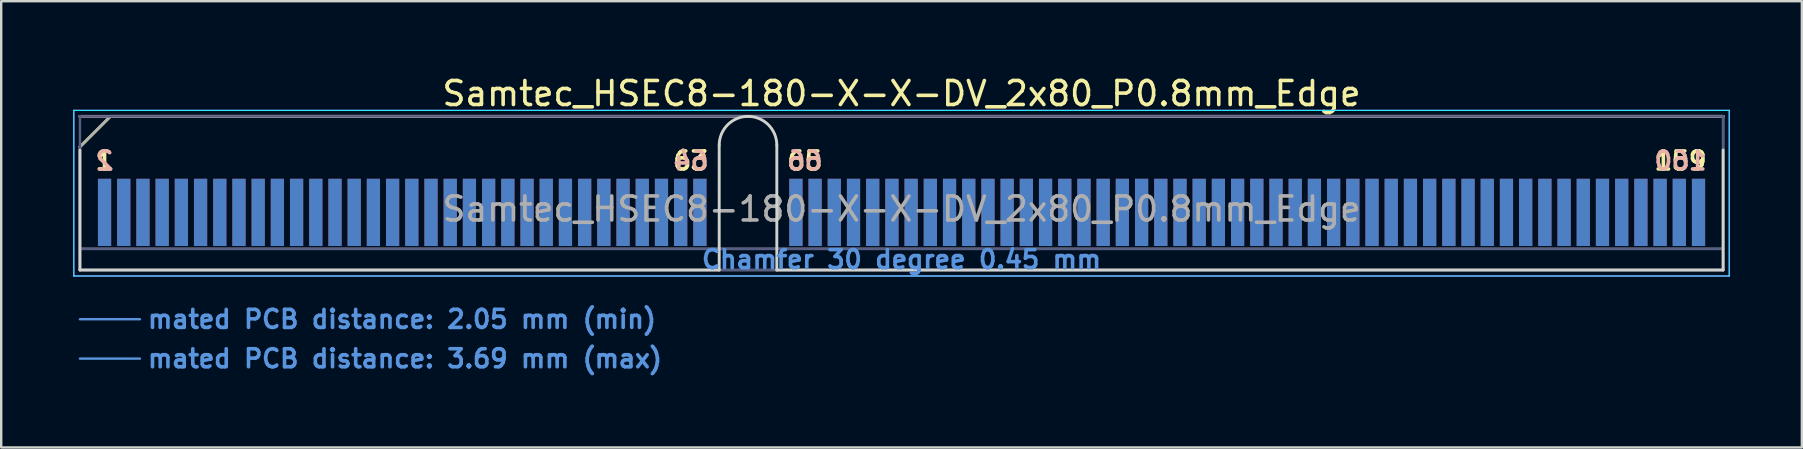
<source format=kicad_pcb>
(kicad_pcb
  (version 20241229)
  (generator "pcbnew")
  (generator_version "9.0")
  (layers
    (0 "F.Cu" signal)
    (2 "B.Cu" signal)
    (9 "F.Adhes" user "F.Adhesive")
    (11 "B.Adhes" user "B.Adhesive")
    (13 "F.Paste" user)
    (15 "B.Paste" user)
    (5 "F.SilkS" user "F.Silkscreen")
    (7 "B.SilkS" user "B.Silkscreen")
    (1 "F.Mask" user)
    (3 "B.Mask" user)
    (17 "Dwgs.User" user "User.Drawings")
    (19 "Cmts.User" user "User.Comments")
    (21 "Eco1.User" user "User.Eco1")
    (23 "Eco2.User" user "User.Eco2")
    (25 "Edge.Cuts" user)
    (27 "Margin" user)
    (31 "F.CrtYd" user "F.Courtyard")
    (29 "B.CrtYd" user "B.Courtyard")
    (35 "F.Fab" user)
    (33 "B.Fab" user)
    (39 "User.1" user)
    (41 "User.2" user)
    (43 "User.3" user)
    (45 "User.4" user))
  (footprint "Samtec_HSEC8-180-X-X-DV_2x80_P0.8mm_Edge"
    (layer "F.Cu")
    (at 34.505 8.198)
    (property "Reference" "Samtec_HSEC8-180-X-X-DV_2x80_P0.8mm_Edge" (at 0 -7.35 0) (layer "F.SilkS") (effects (font (size 1 1) (thickness 0.15))))
    (attr exclude_from_pos_files exclude_from_bom)
    (fp_line (start -34.225 -5.13) (end -32.955 -6.4) (stroke (width 0.12) (type solid)) (layer "F.SilkS"))
    (fp_line (start -32.955 -6.4) (end 34.225 -6.4) (stroke (width 0.12) (type solid)) (layer "F.SilkS"))
    (fp_line (start -34.225 -6.4) (end -34.225 -6.4) (stroke (width 0.12) (type solid)) (layer "B.SilkS"))
    (fp_line (start -34.225 -6.4) (end 34.225 -6.4) (stroke (width 0.12) (type solid)) (layer "B.SilkS"))
    (fp_line (start -34.225 2.05) (end -31.725 2.05) (stroke (width 0.1) (type solid)) (layer "Cmts.User"))
    (fp_line (start -34.225 3.69) (end -31.725 3.69) (stroke (width 0.1) (type solid)) (layer "Cmts.User"))
    (fp_line (start -34.225 -5) (end -34.225 0) (stroke (width 0.12) (type solid)) (layer "Edge.Cuts"))
    (fp_line (start -34.225 0) (end -7.595 0) (stroke (width 0.12) (type solid)) (layer "Edge.Cuts"))
    (fp_line (start -7.595 0) (end -7.595 -5.2) (stroke (width 0.12) (type solid)) (layer "Edge.Cuts"))
    (fp_line (start -5.195 -5.2) (end -5.195 0) (stroke (width 0.12) (type solid)) (layer "Edge.Cuts"))
    (fp_line (start -5.195 0) (end 34.225 0) (stroke (width 0.12) (type solid)) (layer "Edge.Cuts"))
    (fp_line (start 34.225 0) (end 34.225 -5) (stroke (width 0.12) (type solid)) (layer "Edge.Cuts"))
    (fp_arc (start -7.595 -5.2) (mid -6.395 -6.4) (end -5.195 -5.2) (stroke (width 0.12) (type solid)) (layer "Edge.Cuts"))
    (fp_line (start -34.48 -6.65) (end -34.48 0.25) (stroke (width 0.05) (type solid)) (layer "B.CrtYd"))
    (fp_line (start -34.48 0.25) (end 34.48 0.25) (stroke (width 0.05) (type solid)) (layer "B.CrtYd"))
    (fp_line (start 34.48 -6.65) (end -34.48 -6.65) (stroke (width 0.05) (type solid)) (layer "B.CrtYd"))
    (fp_line (start 34.48 0.25) (end 34.48 -6.65) (stroke (width 0.05) (type solid)) (layer "B.CrtYd"))
    (fp_line (start -34.48 -6.65) (end -34.48 0.25) (stroke (width 0.05) (type solid)) (layer "F.CrtYd"))
    (fp_line (start -34.48 0.25) (end 34.48 0.25) (stroke (width 0.05) (type solid)) (layer "F.CrtYd"))
    (fp_line (start 34.48 -6.65) (end -34.48 -6.65) (stroke (width 0.05) (type solid)) (layer "F.CrtYd"))
    (fp_line (start 34.48 0.25) (end 34.48 -6.65) (stroke (width 0.05) (type solid)) (layer "F.CrtYd"))
    (fp_line (start -34.225 -6.4) (end -34.225 -6.4) (stroke (width 0.1) (type solid)) (layer "B.Fab"))
    (fp_line (start -34.225 -6.4) (end -34.225 0) (stroke (width 0.1) (type solid)) (layer "B.Fab"))
    (fp_line (start -34.225 -6.4) (end 34.225 -6.4) (stroke (width 0.1) (type solid)) (layer "B.Fab"))
    (fp_line (start -34.225 -0.88) (end 34.225 -0.88) (stroke (width 0.1) (type solid)) (layer "B.Fab"))
    (fp_line (start -34.225 0) (end 34.225 0) (stroke (width 0.1) (type solid)) (layer "B.Fab"))
    (fp_line (start 34.225 -6.4) (end 34.225 0) (stroke (width 0.1) (type solid)) (layer "B.Fab"))
    (fp_line (start -34.225 -5.13) (end -34.225 0) (stroke (width 0.1) (type solid)) (layer "F.Fab"))
    (fp_line (start -34.225 -5.13) (end -32.955 -6.4) (stroke (width 0.1) (type solid)) (layer "F.Fab"))
    (fp_line (start -34.225 -0.88) (end 34.225 -0.88) (stroke (width 0.1) (type solid)) (layer "F.Fab"))
    (fp_line (start -34.225 0) (end 34.225 0) (stroke (width 0.1) (type solid)) (layer "F.Fab"))
    (fp_line (start -32.955 -6.4) (end 34.225 -6.4) (stroke (width 0.1) (type solid)) (layer "F.Fab"))
    (fp_line (start 34.225 -6.4) (end 34.225 0) (stroke (width 0.1) (type solid)) (layer "F.Fab"))
    (fp_text user "159" (at 32.45 -4.55 0) (layer "F.SilkS") (effects (font (size 0.75 0.75) (thickness 0.15))))
    (fp_text user "1" (at -33.2 -4.55 0) (layer "F.SilkS") (effects (font (size 0.75 0.75) (thickness 0.15))))
    (fp_text user "63" (at -8.775 -4.55 0) (layer "F.SilkS") (effects (font (size 0.75 0.75) (thickness 0.15))))
    (fp_text user "65" (at -4.025 -4.55 0) (layer "F.SilkS") (effects (font (size 0.75 0.75) (thickness 0.15))))
    (fp_text user "66" (at -4.025 -4.55 0) (layer "B.SilkS") (effects (font (size 0.75 0.75) (thickness 0.15)) (justify mirror)))
    (fp_text user "160" (at 32.45 -4.55 0) (layer "B.SilkS") (effects (font (size 0.75 0.75) (thickness 0.15)) (justify mirror)))
    (fp_text user "64" (at -8.775 -4.55 0) (layer "B.SilkS") (effects (font (size 0.75 0.75) (thickness 0.15)) (justify mirror)))
    (fp_text user "2" (at -33.2 -4.55 0) (layer "B.SilkS") (effects (font (size 0.75 0.75) (thickness 0.15)) (justify mirror)))
    (fp_text user "Chamfer 30 degree 0.45 mm" (at 0 -0.44 0) (layer "Cmts.User") (effects (font (size 0.75 0.75) (thickness 0.15))))
    (fp_text user "mated PCB distance: 2.05 mm (min)" (at -31.48 2.05 0) (layer "Cmts.User") (effects (font (size 0.75 0.75) (thickness 0.15)) (justify left)))
    (fp_text user "mated PCB distance: 3.69 mm (max)" (at -31.48 3.69 0) (layer "Cmts.User") (effects (font (size 0.75 0.75) (thickness 0.15)) (justify left)))
    (fp_text user "${REFERENCE}" (at 0 -2.54 0) (layer "F.Fab") (effects (font (size 1 1) (thickness 0.15))))
    (pad "1" connect rect (at -33.2 -2.4) (size 0.55 2.8) (layers "F.Cu" "F.Mask"))
    (pad "2" connect rect (at -33.2 -2.4) (size 0.55 2.8) (layers "B.Cu" "B.Mask"))
    (pad "3" connect rect (at -32.4 -2.4) (size 0.55 2.8) (layers "F.Cu" "F.Mask"))
    (pad "4" connect rect (at -32.4 -2.4) (size 0.55 2.8) (layers "B.Cu" "B.Mask"))
    (pad "5" connect rect (at -31.6 -2.4) (size 0.55 2.8) (layers "F.Cu" "F.Mask"))
    (pad "6" connect rect (at -31.6 -2.4) (size 0.55 2.8) (layers "B.Cu" "B.Mask"))
    (pad "7" connect rect (at -30.8 -2.4) (size 0.55 2.8) (layers "F.Cu" "F.Mask"))
    (pad "8" connect rect (at -30.8 -2.4) (size 0.55 2.8) (layers "B.Cu" "B.Mask"))
    (pad "9" connect rect (at -30 -2.4) (size 0.55 2.8) (layers "F.Cu" "F.Mask"))
    (pad "10" connect rect (at -30 -2.4) (size 0.55 2.8) (layers "B.Cu" "B.Mask"))
    (pad "11" connect rect (at -29.2 -2.4) (size 0.55 2.8) (layers "F.Cu" "F.Mask"))
    (pad "12" connect rect (at -29.2 -2.4) (size 0.55 2.8) (layers "B.Cu" "B.Mask"))
    (pad "13" connect rect (at -28.4 -2.4) (size 0.55 2.8) (layers "F.Cu" "F.Mask"))
    (pad "14" connect rect (at -28.4 -2.4) (size 0.55 2.8) (layers "B.Cu" "B.Mask"))
    (pad "15" connect rect (at -27.6 -2.4) (size 0.55 2.8) (layers "F.Cu" "F.Mask"))
    (pad "16" connect rect (at -27.6 -2.4) (size 0.55 2.8) (layers "B.Cu" "B.Mask"))
    (pad "17" connect rect (at -26.8 -2.4) (size 0.55 2.8) (layers "F.Cu" "F.Mask"))
    (pad "18" connect rect (at -26.8 -2.4) (size 0.55 2.8) (layers "B.Cu" "B.Mask"))
    (pad "19" connect rect (at -26 -2.4) (size 0.55 2.8) (layers "F.Cu" "F.Mask"))
    (pad "20" connect rect (at -26 -2.4) (size 0.55 2.8) (layers "B.Cu" "B.Mask"))
    (pad "21" connect rect (at -25.2 -2.4) (size 0.55 2.8) (layers "F.Cu" "F.Mask"))
    (pad "22" connect rect (at -25.2 -2.4) (size 0.55 2.8) (layers "B.Cu" "B.Mask"))
    (pad "23" connect rect (at -24.4 -2.4) (size 0.55 2.8) (layers "F.Cu" "F.Mask"))
    (pad "24" connect rect (at -24.4 -2.4) (size 0.55 2.8) (layers "B.Cu" "B.Mask"))
    (pad "25" connect rect (at -23.6 -2.4) (size 0.55 2.8) (layers "F.Cu" "F.Mask"))
    (pad "26" connect rect (at -23.6 -2.4) (size 0.55 2.8) (layers "B.Cu" "B.Mask"))
    (pad "27" connect rect (at -22.8 -2.4) (size 0.55 2.8) (layers "F.Cu" "F.Mask"))
    (pad "28" connect rect (at -22.8 -2.4) (size 0.55 2.8) (layers "B.Cu" "B.Mask"))
    (pad "29" connect rect (at -22 -2.4) (size 0.55 2.8) (layers "F.Cu" "F.Mask"))
    (pad "30" connect rect (at -22 -2.4) (size 0.55 2.8) (layers "B.Cu" "B.Mask"))
    (pad "31" connect rect (at -21.2 -2.4) (size 0.55 2.8) (layers "F.Cu" "F.Mask"))
    (pad "32" connect rect (at -21.2 -2.4) (size 0.55 2.8) (layers "B.Cu" "B.Mask"))
    (pad "33" connect rect (at -20.4 -2.4) (size 0.55 2.8) (layers "F.Cu" "F.Mask"))
    (pad "34" connect rect (at -20.4 -2.4) (size 0.55 2.8) (layers "B.Cu" "B.Mask"))
    (pad "35" connect rect (at -19.6 -2.4) (size 0.55 2.8) (layers "F.Cu" "F.Mask"))
    (pad "36" connect rect (at -19.6 -2.4) (size 0.55 2.8) (layers "B.Cu" "B.Mask"))
    (pad "37" connect rect (at -18.8 -2.4) (size 0.55 2.8) (layers "F.Cu" "F.Mask"))
    (pad "38" connect rect (at -18.8 -2.4) (size 0.55 2.8) (layers "B.Cu" "B.Mask"))
    (pad "39" connect rect (at -18 -2.4) (size 0.55 2.8) (layers "F.Cu" "F.Mask"))
    (pad "40" connect rect (at -18 -2.4) (size 0.55 2.8) (layers "B.Cu" "B.Mask"))
    (pad "41" connect rect (at -17.2 -2.4) (size 0.55 2.8) (layers "F.Cu" "F.Mask"))
    (pad "42" connect rect (at -17.2 -2.4) (size 0.55 2.8) (layers "B.Cu" "B.Mask"))
    (pad "43" connect rect (at -16.4 -2.4) (size 0.55 2.8) (layers "F.Cu" "F.Mask"))
    (pad "44" connect rect (at -16.4 -2.4) (size 0.55 2.8) (layers "B.Cu" "B.Mask"))
    (pad "45" connect rect (at -15.6 -2.4) (size 0.55 2.8) (layers "F.Cu" "F.Mask"))
    (pad "46" connect rect (at -15.6 -2.4) (size 0.55 2.8) (layers "B.Cu" "B.Mask"))
    (pad "47" connect rect (at -14.8 -2.4) (size 0.55 2.8) (layers "F.Cu" "F.Mask"))
    (pad "48" connect rect (at -14.8 -2.4) (size 0.55 2.8) (layers "B.Cu" "B.Mask"))
    (pad "49" connect rect (at -14 -2.4) (size 0.55 2.8) (layers "F.Cu" "F.Mask"))
    (pad "50" connect rect (at -14 -2.4) (size 0.55 2.8) (layers "B.Cu" "B.Mask"))
    (pad "51" connect rect (at -13.2 -2.4) (size 0.55 2.8) (layers "F.Cu" "F.Mask"))
    (pad "52" connect rect (at -13.2 -2.4) (size 0.55 2.8) (layers "B.Cu" "B.Mask"))
    (pad "53" connect rect (at -12.4 -2.4) (size 0.55 2.8) (layers "F.Cu" "F.Mask"))
    (pad "54" connect rect (at -12.4 -2.4) (size 0.55 2.8) (layers "B.Cu" "B.Mask"))
    (pad "55" connect rect (at -11.6 -2.4) (size 0.55 2.8) (layers "F.Cu" "F.Mask"))
    (pad "56" connect rect (at -11.6 -2.4) (size 0.55 2.8) (layers "B.Cu" "B.Mask"))
    (pad "57" connect rect (at -10.8 -2.4) (size 0.55 2.8) (layers "F.Cu" "F.Mask"))
    (pad "58" connect rect (at -10.8 -2.4) (size 0.55 2.8) (layers "B.Cu" "B.Mask"))
    (pad "59" connect rect (at -10 -2.4) (size 0.55 2.8) (layers "F.Cu" "F.Mask"))
    (pad "60" connect rect (at -10 -2.4) (size 0.55 2.8) (layers "B.Cu" "B.Mask"))
    (pad "61" connect rect (at -9.2 -2.4) (size 0.55 2.8) (layers "F.Cu" "F.Mask"))
    (pad "62" connect rect (at -9.2 -2.4) (size 0.55 2.8) (layers "B.Cu" "B.Mask"))
    (pad "63" connect rect (at -8.4 -2.4) (size 0.55 2.8) (layers "F.Cu" "F.Mask"))
    (pad "64" connect rect (at -8.4 -2.4) (size 0.55 2.8) (layers "B.Cu" "B.Mask"))
    (pad "65" connect rect (at -4.4 -2.4) (size 0.55 2.8) (layers "F.Cu" "F.Mask"))
    (pad "66" connect rect (at -4.4 -2.4) (size 0.55 2.8) (layers "B.Cu" "B.Mask"))
    (pad "67" connect rect (at -3.6 -2.4) (size 0.55 2.8) (layers "F.Cu" "F.Mask"))
    (pad "68" connect rect (at -3.6 -2.4) (size 0.55 2.8) (layers "B.Cu" "B.Mask"))
    (pad "69" connect rect (at -2.8 -2.4) (size 0.55 2.8) (layers "F.Cu" "F.Mask"))
    (pad "70" connect rect (at -2.8 -2.4) (size 0.55 2.8) (layers "B.Cu" "B.Mask"))
    (pad "71" connect rect (at -2 -2.4) (size 0.55 2.8) (layers "F.Cu" "F.Mask"))
    (pad "72" connect rect (at -2 -2.4) (size 0.55 2.8) (layers "B.Cu" "B.Mask"))
    (pad "73" connect rect (at -1.2 -2.4) (size 0.55 2.8) (layers "F.Cu" "F.Mask"))
    (pad "74" connect rect (at -1.2 -2.4) (size 0.55 2.8) (layers "B.Cu" "B.Mask"))
    (pad "75" connect rect (at -0.4 -2.4) (size 0.55 2.8) (layers "F.Cu" "F.Mask"))
    (pad "76" connect rect (at -0.4 -2.4) (size 0.55 2.8) (layers "B.Cu" "B.Mask"))
    (pad "77" connect rect (at 0.4 -2.4) (size 0.55 2.8) (layers "F.Cu" "F.Mask"))
    (pad "78" connect rect (at 0.4 -2.4) (size 0.55 2.8) (layers "B.Cu" "B.Mask"))
    (pad "79" connect rect (at 1.2 -2.4) (size 0.55 2.8) (layers "F.Cu" "F.Mask"))
    (pad "80" connect rect (at 1.2 -2.4) (size 0.55 2.8) (layers "B.Cu" "B.Mask"))
    (pad "81" connect rect (at 2 -2.4) (size 0.55 2.8) (layers "F.Cu" "F.Mask"))
    (pad "82" connect rect (at 2 -2.4) (size 0.55 2.8) (layers "B.Cu" "B.Mask"))
    (pad "83" connect rect (at 2.8 -2.4) (size 0.55 2.8) (layers "F.Cu" "F.Mask"))
    (pad "84" connect rect (at 2.8 -2.4) (size 0.55 2.8) (layers "B.Cu" "B.Mask"))
    (pad "85" connect rect (at 3.6 -2.4) (size 0.55 2.8) (layers "F.Cu" "F.Mask"))
    (pad "86" connect rect (at 3.6 -2.4) (size 0.55 2.8) (layers "B.Cu" "B.Mask"))
    (pad "87" connect rect (at 4.4 -2.4) (size 0.55 2.8) (layers "F.Cu" "F.Mask"))
    (pad "88" connect rect (at 4.4 -2.4) (size 0.55 2.8) (layers "B.Cu" "B.Mask"))
    (pad "89" connect rect (at 5.2 -2.4) (size 0.55 2.8) (layers "F.Cu" "F.Mask"))
    (pad "90" connect rect (at 5.2 -2.4) (size 0.55 2.8) (layers "B.Cu" "B.Mask"))
    (pad "91" connect rect (at 6 -2.4) (size 0.55 2.8) (layers "F.Cu" "F.Mask"))
    (pad "92" connect rect (at 6 -2.4) (size 0.55 2.8) (layers "B.Cu" "B.Mask"))
    (pad "93" connect rect (at 6.8 -2.4) (size 0.55 2.8) (layers "F.Cu" "F.Mask"))
    (pad "94" connect rect (at 6.8 -2.4) (size 0.55 2.8) (layers "B.Cu" "B.Mask"))
    (pad "95" connect rect (at 7.6 -2.4) (size 0.55 2.8) (layers "F.Cu" "F.Mask"))
    (pad "96" connect rect (at 7.6 -2.4) (size 0.55 2.8) (layers "B.Cu" "B.Mask"))
    (pad "97" connect rect (at 8.4 -2.4) (size 0.55 2.8) (layers "F.Cu" "F.Mask"))
    (pad "98" connect rect (at 8.4 -2.4) (size 0.55 2.8) (layers "B.Cu" "B.Mask"))
    (pad "99" connect rect (at 9.2 -2.4) (size 0.55 2.8) (layers "F.Cu" "F.Mask"))
    (pad "100" connect rect (at 9.2 -2.4) (size 0.55 2.8) (layers "B.Cu" "B.Mask"))
    (pad "101" connect rect (at 10 -2.4) (size 0.55 2.8) (layers "F.Cu" "F.Mask"))
    (pad "102" connect rect (at 10 -2.4) (size 0.55 2.8) (layers "B.Cu" "B.Mask"))
    (pad "103" connect rect (at 10.8 -2.4) (size 0.55 2.8) (layers "F.Cu" "F.Mask"))
    (pad "104" connect rect (at 10.8 -2.4) (size 0.55 2.8) (layers "B.Cu" "B.Mask"))
    (pad "105" connect rect (at 11.6 -2.4) (size 0.55 2.8) (layers "F.Cu" "F.Mask"))
    (pad "106" connect rect (at 11.6 -2.4) (size 0.55 2.8) (layers "B.Cu" "B.Mask"))
    (pad "107" connect rect (at 12.4 -2.4) (size 0.55 2.8) (layers "F.Cu" "F.Mask"))
    (pad "108" connect rect (at 12.4 -2.4) (size 0.55 2.8) (layers "B.Cu" "B.Mask"))
    (pad "109" connect rect (at 13.2 -2.4) (size 0.55 2.8) (layers "F.Cu" "F.Mask"))
    (pad "110" connect rect (at 13.2 -2.4) (size 0.55 2.8) (layers "B.Cu" "B.Mask"))
    (pad "111" connect rect (at 14 -2.4) (size 0.55 2.8) (layers "F.Cu" "F.Mask"))
    (pad "112" connect rect (at 14 -2.4) (size 0.55 2.8) (layers "B.Cu" "B.Mask"))
    (pad "113" connect rect (at 14.8 -2.4) (size 0.55 2.8) (layers "F.Cu" "F.Mask"))
    (pad "114" connect rect (at 14.8 -2.4) (size 0.55 2.8) (layers "B.Cu" "B.Mask"))
    (pad "115" connect rect (at 15.6 -2.4) (size 0.55 2.8) (layers "F.Cu" "F.Mask"))
    (pad "116" connect rect (at 15.6 -2.4) (size 0.55 2.8) (layers "B.Cu" "B.Mask"))
    (pad "117" connect rect (at 16.4 -2.4) (size 0.55 2.8) (layers "F.Cu" "F.Mask"))
    (pad "118" connect rect (at 16.4 -2.4) (size 0.55 2.8) (layers "B.Cu" "B.Mask"))
    (pad "119" connect rect (at 17.2 -2.4) (size 0.55 2.8) (layers "F.Cu" "F.Mask"))
    (pad "120" connect rect (at 17.2 -2.4) (size 0.55 2.8) (layers "B.Cu" "B.Mask"))
    (pad "121" connect rect (at 18 -2.4) (size 0.55 2.8) (layers "F.Cu" "F.Mask"))
    (pad "122" connect rect (at 18 -2.4) (size 0.55 2.8) (layers "B.Cu" "B.Mask"))
    (pad "123" connect rect (at 18.8 -2.4) (size 0.55 2.8) (layers "F.Cu" "F.Mask"))
    (pad "124" connect rect (at 18.8 -2.4) (size 0.55 2.8) (layers "B.Cu" "B.Mask"))
    (pad "125" connect rect (at 19.6 -2.4) (size 0.55 2.8) (layers "F.Cu" "F.Mask"))
    (pad "126" connect rect (at 19.6 -2.4) (size 0.55 2.8) (layers "B.Cu" "B.Mask"))
    (pad "127" connect rect (at 20.4 -2.4) (size 0.55 2.8) (layers "F.Cu" "F.Mask"))
    (pad "128" connect rect (at 20.4 -2.4) (size 0.55 2.8) (layers "B.Cu" "B.Mask"))
    (pad "129" connect rect (at 21.2 -2.4) (size 0.55 2.8) (layers "F.Cu" "F.Mask"))
    (pad "130" connect rect (at 21.2 -2.4) (size 0.55 2.8) (layers "B.Cu" "B.Mask"))
    (pad "131" connect rect (at 22 -2.4) (size 0.55 2.8) (layers "F.Cu" "F.Mask"))
    (pad "132" connect rect (at 22 -2.4) (size 0.55 2.8) (layers "B.Cu" "B.Mask"))
    (pad "133" connect rect (at 22.8 -2.4) (size 0.55 2.8) (layers "F.Cu" "F.Mask"))
    (pad "134" connect rect (at 22.8 -2.4) (size 0.55 2.8) (layers "B.Cu" "B.Mask"))
    (pad "135" connect rect (at 23.6 -2.4) (size 0.55 2.8) (layers "F.Cu" "F.Mask"))
    (pad "136" connect rect (at 23.6 -2.4) (size 0.55 2.8) (layers "B.Cu" "B.Mask"))
    (pad "137" connect rect (at 24.4 -2.4) (size 0.55 2.8) (layers "F.Cu" "F.Mask"))
    (pad "138" connect rect (at 24.4 -2.4) (size 0.55 2.8) (layers "B.Cu" "B.Mask"))
    (pad "139" connect rect (at 25.2 -2.4) (size 0.55 2.8) (layers "F.Cu" "F.Mask"))
    (pad "140" connect rect (at 25.2 -2.4) (size 0.55 2.8) (layers "B.Cu" "B.Mask"))
    (pad "141" connect rect (at 26 -2.4) (size 0.55 2.8) (layers "F.Cu" "F.Mask"))
    (pad "142" connect rect (at 26 -2.4) (size 0.55 2.8) (layers "B.Cu" "B.Mask"))
    (pad "143" connect rect (at 26.8 -2.4) (size 0.55 2.8) (layers "F.Cu" "F.Mask"))
    (pad "144" connect rect (at 26.8 -2.4) (size 0.55 2.8) (layers "B.Cu" "B.Mask"))
    (pad "145" connect rect (at 27.6 -2.4) (size 0.55 2.8) (layers "F.Cu" "F.Mask"))
    (pad "146" connect rect (at 27.6 -2.4) (size 0.55 2.8) (layers "B.Cu" "B.Mask"))
    (pad "147" connect rect (at 28.4 -2.4) (size 0.55 2.8) (layers "F.Cu" "F.Mask"))
    (pad "148" connect rect (at 28.4 -2.4) (size 0.55 2.8) (layers "B.Cu" "B.Mask"))
    (pad "149" connect rect (at 29.2 -2.4) (size 0.55 2.8) (layers "F.Cu" "F.Mask"))
    (pad "150" connect rect (at 29.2 -2.4) (size 0.55 2.8) (layers "B.Cu" "B.Mask"))
    (pad "151" connect rect (at 30 -2.4) (size 0.55 2.8) (layers "F.Cu" "F.Mask"))
    (pad "152" connect rect (at 30 -2.4) (size 0.55 2.8) (layers "B.Cu" "B.Mask"))
    (pad "153" connect rect (at 30.8 -2.4) (size 0.55 2.8) (layers "F.Cu" "F.Mask"))
    (pad "154" connect rect (at 30.8 -2.4) (size 0.55 2.8) (layers "B.Cu" "B.Mask"))
    (pad "155" connect rect (at 31.6 -2.4) (size 0.55 2.8) (layers "F.Cu" "F.Mask"))
    (pad "156" connect rect (at 31.6 -2.4) (size 0.55 2.8) (layers "B.Cu" "B.Mask"))
    (pad "157" connect rect (at 32.4 -2.4) (size 0.55 2.8) (layers "F.Cu" "F.Mask"))
    (pad "158" connect rect (at 32.4 -2.4) (size 0.55 2.8) (layers "B.Cu" "B.Mask"))
    (pad "159" connect rect (at 33.2 -2.4) (size 0.55 2.8) (layers "F.Cu" "F.Mask"))
    (pad "160" connect rect (at 33.2 -2.4) (size 0.55 2.8) (layers "B.Cu" "B.Mask")))
  (gr_rect
    (start -3 -3)
    (end 72.01 15.59)
    (stroke (width 0.1) (type default))
    (fill no)
    (layer "Edge.Cuts")))
</source>
